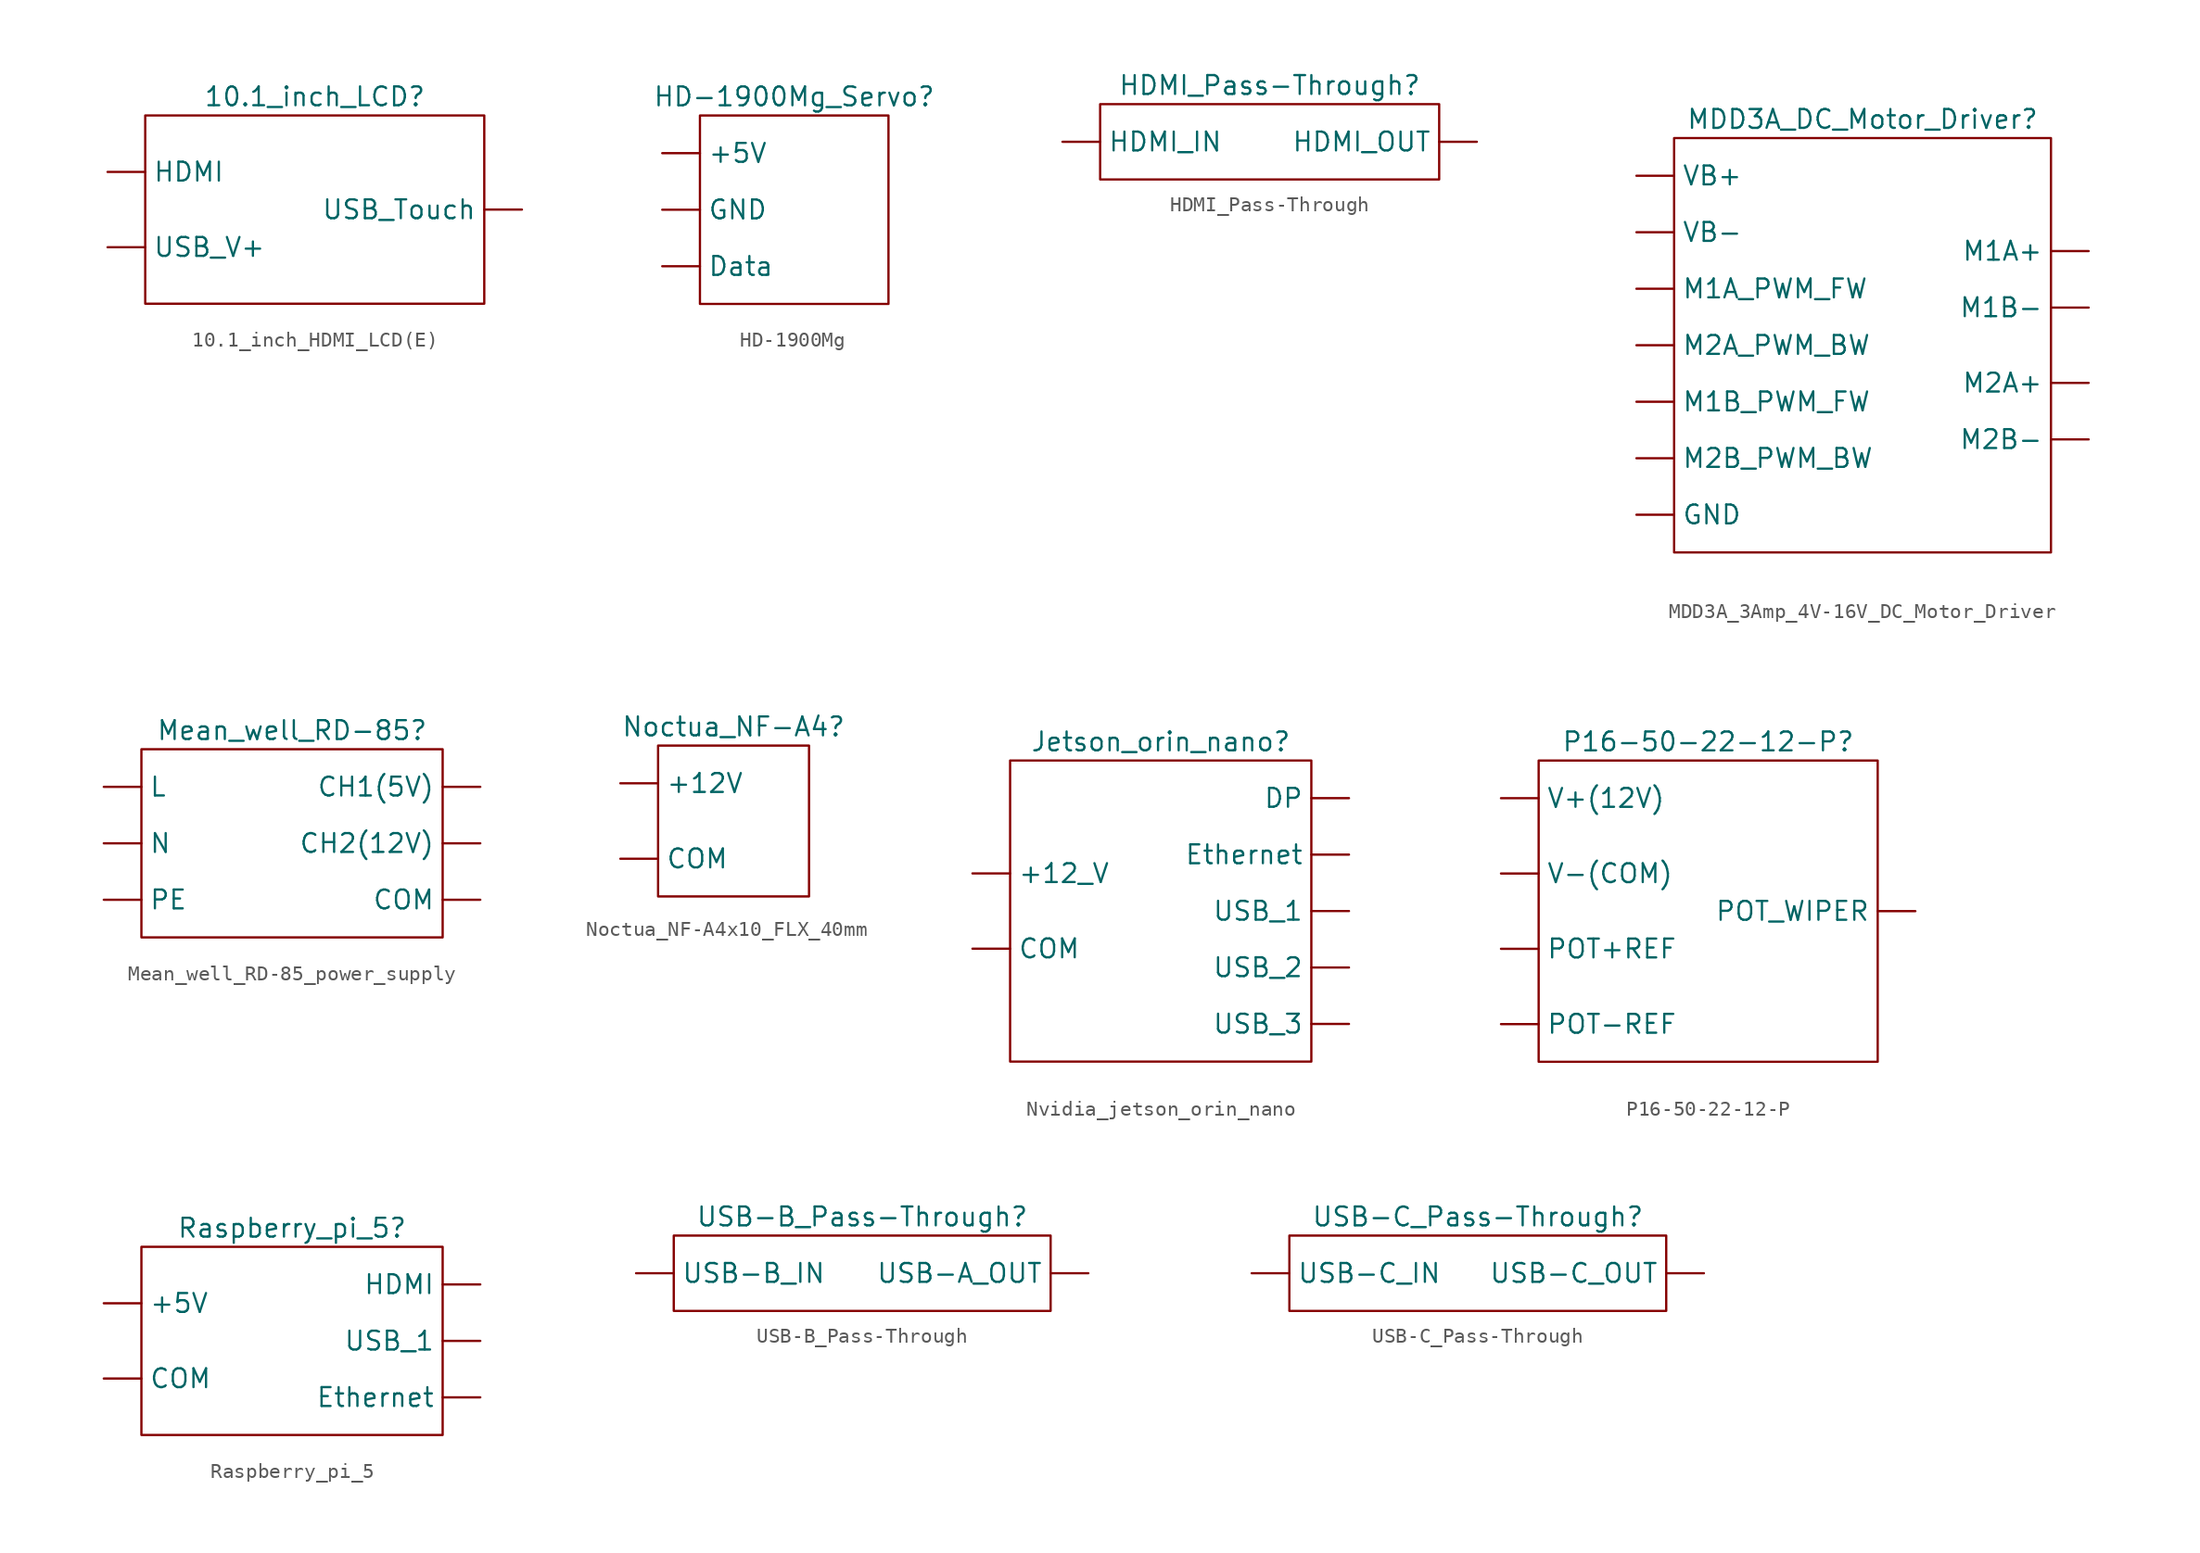
<source format=kicad_sym>
(kicad_symbol_lib
  (version 20241209)
  (generator "kicad_symbol_editor")
  (generator_version "9.0")
  (symbol "10.1_inch_HDMI_LCD(E)"
    (property "Reference" "10.1_inch_LCD"
      (at 0 7.62 0)
      (effects (font (size 1.27 1.27))))
    (property "Value" ""
      (at 0 0 0)
      (effects (font (size 1.27 1.27))))
    (symbol "10.1_inch_HDMI_LCD(E)_0_1"
      (rectangle (start -11.43 6.35) (end 11.43 -6.35) (stroke (width 0) (type default)) (fill (type none))))
    (symbol "10.1_inch_HDMI_LCD(E)_1_1"
      (pin input line (at -13.97 2.54 0) (length 2.54) (name "HDMI" (effects (font (size 1.27 1.27)))) (number "" (effects (font (size 1.27 1.27)))))
      (pin input line (at -13.97 -2.54 0) (length 2.54) (name "USB_V+" (effects (font (size 1.27 1.27)))) (number "" (effects (font (size 1.27 1.27)))))
      (pin output line (at 13.97 0 180) (length 2.54) (name "USB_Touch" (effects (font (size 1.27 1.27)))) (number "" (effects (font (size 1.27 1.27)))))))
  (symbol "HD-1900Mg"
    (property "Reference" "HD-1900Mg_Servo"
      (at 0 7.62 0)
      (effects (font (size 1.27 1.27))))
    (property "Value" ""
      (at 0 0 0)
      (effects (font (size 1.27 1.27))))
    (symbol "HD-1900Mg_0_1"
      (rectangle (start -6.35 6.35) (end 6.35 -6.35) (stroke (width 0) (type default)) (fill (type none))))
    (symbol "HD-1900Mg_1_1"
      (pin input line (at -8.89 3.81 0) (length 2.54) (name "+5V" (effects (font (size 1.27 1.27)))) (number "" (effects (font (size 1.27 1.27)))))
      (pin input line (at -8.89 0 0) (length 2.54) (name "GND" (effects (font (size 1.27 1.27)))) (number "" (effects (font (size 1.27 1.27)))))
      (pin input line (at -8.89 -3.81 0) (length 2.54) (name "Data" (effects (font (size 1.27 1.27)))) (number "" (effects (font (size 1.27 1.27)))))))
  (symbol "HDMI_Pass-Through"
    (property "Reference" "HDMI_Pass-Through"
      (at 0 3.81 0)
      (effects (font (size 1.27 1.27))))
    (property "Value" ""
      (at 0 0 0)
      (effects (font (size 1.27 1.27))))
    (symbol "HDMI_Pass-Through_0_1"
      (rectangle (start -11.43 2.54) (end 11.43 -2.54) (stroke (width 0) (type default)) (fill (type none))))
    (symbol "HDMI_Pass-Through_1_1"
      (pin input line (at -13.97 0 0) (length 2.54) (name "HDMI_IN" (effects (font (size 1.27 1.27)))) (number "" (effects (font (size 1.27 1.27)))))
      (pin output line (at 13.97 0 180) (length 2.54) (name "HDMI_OUT" (effects (font (size 1.27 1.27)))) (number "" (effects (font (size 1.27 1.27)))))))
  (symbol "MDD3A_3Amp_4V-16V_DC_Motor_Driver"
    (property "Reference" "MDD3A_DC_Motor_Driver"
      (at 0 15.24 0)
      (effects (font (size 1.27 1.27))))
    (property "Value" ""
      (at 0 0 0)
      (effects (font (size 1.27 1.27))))
    (symbol "MDD3A_3Amp_4V-16V_DC_Motor_Driver_0_1"
      (rectangle (start -12.7 13.97) (end 12.7 -13.97) (stroke (width 0) (type default)) (fill (type none))))
    (symbol "MDD3A_3Amp_4V-16V_DC_Motor_Driver_1_1"
      (pin input line (at -15.24 11.43 0) (length 2.54) (name "VB+" (effects (font (size 1.27 1.27)))) (number "" (effects (font (size 1.27 1.27)))))
      (pin input line (at -15.24 7.62 0) (length 2.54) (name "VB-" (effects (font (size 1.27 1.27)))) (number "" (effects (font (size 1.27 1.27)))))
      (pin input line (at -15.24 3.81 0) (length 2.54) (name "M1A_PWM_FW" (effects (font (size 1.27 1.27)))) (number "" (effects (font (size 1.27 1.27)))))
      (pin input line (at -15.24 0 0) (length 2.54) (name "M2A_PWM_BW" (effects (font (size 1.27 1.27)))) (number "" (effects (font (size 1.27 1.27)))))
      (pin input line (at -15.24 -3.81 0) (length 2.54) (name "M1B_PWM_FW" (effects (font (size 1.27 1.27)))) (number "" (effects (font (size 1.27 1.27)))))
      (pin input line (at -15.24 -7.62 0) (length 2.54) (name "M2B_PWM_BW" (effects (font (size 1.27 1.27)))) (number "" (effects (font (size 1.27 1.27)))))
      (pin input line (at -15.24 -11.43 0) (length 2.54) (name "GND" (effects (font (size 1.27 1.27)))) (number "" (effects (font (size 1.27 1.27)))))
      (pin output line (at 15.24 6.35 180) (length 2.54) (name "M1A+" (effects (font (size 1.27 1.27)))) (number "" (effects (font (size 1.27 1.27)))))
      (pin output line (at 15.24 2.54 180) (length 2.54) (name "M1B-" (effects (font (size 1.27 1.27)))) (number "" (effects (font (size 1.27 1.27)))))
      (pin output line (at 15.24 -2.54 180) (length 2.54) (name "M2A+" (effects (font (size 1.27 1.27)))) (number "" (effects (font (size 1.27 1.27)))))
      (pin output line (at 15.24 -6.35 180) (length 2.54) (name "M2B-" (effects (font (size 1.27 1.27)))) (number "" (effects (font (size 1.27 1.27)))))))
  (symbol "Mean_well_RD-85_power_supply"
    (property "Reference" "Mean_well_RD-85"
      (at 0 7.62 0)
      (effects (font (size 1.27 1.27))))
    (property "Value" ""
      (at 0 0 0)
      (effects (font (size 1.27 1.27))))
    (symbol "Mean_well_RD-85_power_supply_0_1"
      (rectangle (start -10.16 6.35) (end 10.16 -6.35) (stroke (width 0) (type default)) (fill (type none))))
    (symbol "Mean_well_RD-85_power_supply_1_1"
      (pin input line (at -12.7 3.81 0) (length 2.54) (name "L" (effects (font (size 1.27 1.27)))) (number "" (effects (font (size 1.27 1.27)))))
      (pin input line (at -12.7 0 0) (length 2.54) (name "N" (effects (font (size 1.27 1.27)))) (number "" (effects (font (size 1.27 1.27)))))
      (pin input line (at -12.7 -3.81 0) (length 2.54) (name "PE" (effects (font (size 1.27 1.27)))) (number "" (effects (font (size 1.27 1.27)))))
      (pin output line (at 12.7 3.81 180) (length 2.54) (name "CH1(5V)" (effects (font (size 1.27 1.27)))) (number "" (effects (font (size 1.27 1.27)))))
      (pin output line (at 12.7 0 180) (length 2.54) (name "CH2(12V)" (effects (font (size 1.27 1.27)))) (number "" (effects (font (size 1.27 1.27)))))
      (pin output line (at 12.7 -3.81 180) (length 2.54) (name "COM" (effects (font (size 1.27 1.27)))) (number "" (effects (font (size 1.27 1.27)))))))
  (symbol "Noctua_NF-A4x10_FLX_40mm"
    (property "Reference" "Noctua_NF-A4"
      (at 0 6.35 0)
      (effects (font (size 1.27 1.27))))
    (property "Value" ""
      (at 0 0 0)
      (effects (font (size 1.27 1.27))))
    (symbol "Noctua_NF-A4x10_FLX_40mm_0_1"
      (rectangle (start -5.08 5.08) (end 5.08 -5.08) (stroke (width 0) (type default)) (fill (type none))))
    (symbol "Noctua_NF-A4x10_FLX_40mm_1_1"
      (pin input line (at -7.62 2.54 0) (length 2.54) (name "+12V" (effects (font (size 1.27 1.27)))) (number "" (effects (font (size 1.27 1.27)))))
      (pin input line (at -7.62 -2.54 0) (length 2.54) (name "COM" (effects (font (size 1.27 1.27)))) (number "" (effects (font (size 1.27 1.27)))))))
  (symbol "Nvidia_jetson_orin_nano"
    (property "Reference" "Jetson_orin_nano"
      (at 0 11.43 0)
      (effects (font (size 1.27 1.27))))
    (property "Value" ""
      (at 0 0 0)
      (effects (font (size 1.27 1.27))))
    (symbol "Nvidia_jetson_orin_nano_0_1"
      (rectangle (start -10.16 10.16) (end 10.16 -10.16) (stroke (width 0) (type default)) (fill (type none))))
    (symbol "Nvidia_jetson_orin_nano_1_1"
      (pin input line (at -12.7 2.54 0) (length 2.54) (name "+12_V" (effects (font (size 1.27 1.27)))) (number "" (effects (font (size 1.27 1.27)))))
      (pin input line (at -12.7 -2.54 0) (length 2.54) (name "COM" (effects (font (size 1.27 1.27)))) (number "" (effects (font (size 1.27 1.27)))))
      (pin output line (at 12.7 7.62 180) (length 2.54) (name "DP" (effects (font (size 1.27 1.27)))) (number "" (effects (font (size 1.27 1.27)))))
      (pin bidirectional line (at 12.7 3.81 180) (length 2.54) (name "Ethernet" (effects (font (size 1.27 1.27)))) (number "" (effects (font (size 1.27 1.27)))))
      (pin bidirectional line (at 12.7 0 180) (length 2.54) (name "USB_1" (effects (font (size 1.27 1.27)))) (number "" (effects (font (size 1.27 1.27)))))
      (pin bidirectional line (at 12.7 -3.81 180) (length 2.54) (name "USB_2" (effects (font (size 1.27 1.27)))) (number "" (effects (font (size 1.27 1.27)))))
      (pin bidirectional line (at 12.7 -7.62 180) (length 2.54) (name "USB_3" (effects (font (size 1.27 1.27)))) (number "" (effects (font (size 1.27 1.27)))))))
  (symbol "P16-50-22-12-P"
    (property "Reference" "P16-50-22-12-P"
      (at 0 11.43 0)
      (effects (font (size 1.27 1.27))))
    (property "Value" ""
      (at 0 0 0)
      (effects (font (size 1.27 1.27))))
    (symbol "P16-50-22-12-P_0_1"
      (rectangle (start -11.43 10.16) (end 11.43 -10.16) (stroke (width 0) (type default)) (fill (type none))))
    (symbol "P16-50-22-12-P_1_1"
      (pin input line (at -13.97 7.62 0) (length 2.54) (name "V+(12V)" (effects (font (size 1.27 1.27)))) (number "" (effects (font (size 1.27 1.27)))))
      (pin input line (at -13.97 2.54 0) (length 2.54) (name "V-(COM)" (effects (font (size 1.27 1.27)))) (number "" (effects (font (size 1.27 1.27)))))
      (pin input line (at -13.97 -2.54 0) (length 2.54) (name "POT+REF" (effects (font (size 1.27 1.27)))) (number "" (effects (font (size 1.27 1.27)))))
      (pin input line (at -13.97 -7.62 0) (length 2.54) (name "POT-REF" (effects (font (size 1.27 1.27)))) (number "" (effects (font (size 1.27 1.27)))))
      (pin output line (at 13.97 0 180) (length 2.54) (name "POT_WIPER" (effects (font (size 1.27 1.27)))) (number "" (effects (font (size 1.27 1.27)))))))
  (symbol "Raspberry_pi_5"
    (property "Reference" "Raspberry_pi_5"
      (at 0 7.62 0)
      (effects (font (size 1.27 1.27))))
    (property "Value" ""
      (at 0 0 0)
      (effects (font (size 1.27 1.27))))
    (symbol "Raspberry_pi_5_0_1"
      (rectangle (start -10.16 6.35) (end 10.16 -6.35) (stroke (width 0) (type default)) (fill (type none))))
    (symbol "Raspberry_pi_5_1_1"
      (pin input line (at -12.7 2.54 0) (length 2.54) (name "+5V" (effects (font (size 1.27 1.27)))) (number "" (effects (font (size 1.27 1.27)))))
      (pin input line (at -12.7 -2.54 0) (length 2.54) (name "COM" (effects (font (size 1.27 1.27)))) (number "" (effects (font (size 1.27 1.27)))))
      (pin output line (at 12.7 3.81 180) (length 2.54) (name "HDMI" (effects (font (size 1.27 1.27)))) (number "" (effects (font (size 1.27 1.27)))))
      (pin output line (at 12.7 0 180) (length 2.54) (name "USB_1" (effects (font (size 1.27 1.27)))) (number "" (effects (font (size 1.27 1.27)))))
      (pin output line (at 12.7 -3.81 180) (length 2.54) (name "Ethernet" (effects (font (size 1.27 1.27)))) (number "" (effects (font (size 1.27 1.27)))))))
  (symbol "USB-B_Pass-Through"
    (property "Reference" "USB-B_Pass-Through"
      (at 0 3.81 0)
      (effects (font (size 1.27 1.27))))
    (property "Value" ""
      (at 0 0 0)
      (effects (font (size 1.27 1.27))))
    (symbol "USB-B_Pass-Through_0_1"
      (rectangle (start -12.7 2.54) (end 12.7 -2.54) (stroke (width 0) (type default)) (fill (type none))))
    (symbol "USB-B_Pass-Through_1_1"
      (pin input line (at -15.24 0 0) (length 2.54) (name "USB-B_IN" (effects (font (size 1.27 1.27)))) (number "" (effects (font (size 1.27 1.27)))))
      (pin output line (at 15.24 0 180) (length 2.54) (name "USB-A_OUT" (effects (font (size 1.27 1.27)))) (number "" (effects (font (size 1.27 1.27)))))))
  (symbol "USB-C_Pass-Through"
    (property "Reference" "USB-C_Pass-Through"
      (at 0 3.81 0)
      (effects (font (size 1.27 1.27))))
    (property "Value" ""
      (at 0 0 0)
      (effects (font (size 1.27 1.27))))
    (symbol "USB-C_Pass-Through_0_1"
      (rectangle (start -12.7 2.54) (end 12.7 -2.54) (stroke (width 0) (type default)) (fill (type none))))
    (symbol "USB-C_Pass-Through_1_1"
      (pin input line (at -15.24 0 0) (length 2.54) (name "USB-C_IN" (effects (font (size 1.27 1.27)))) (number "" (effects (font (size 1.27 1.27)))))
      (pin output line (at 15.24 0 180) (length 2.54) (name "USB-C_OUT" (effects (font (size 1.27 1.27)))) (number "" (effects (font (size 1.27 1.27))))))))
</source>
